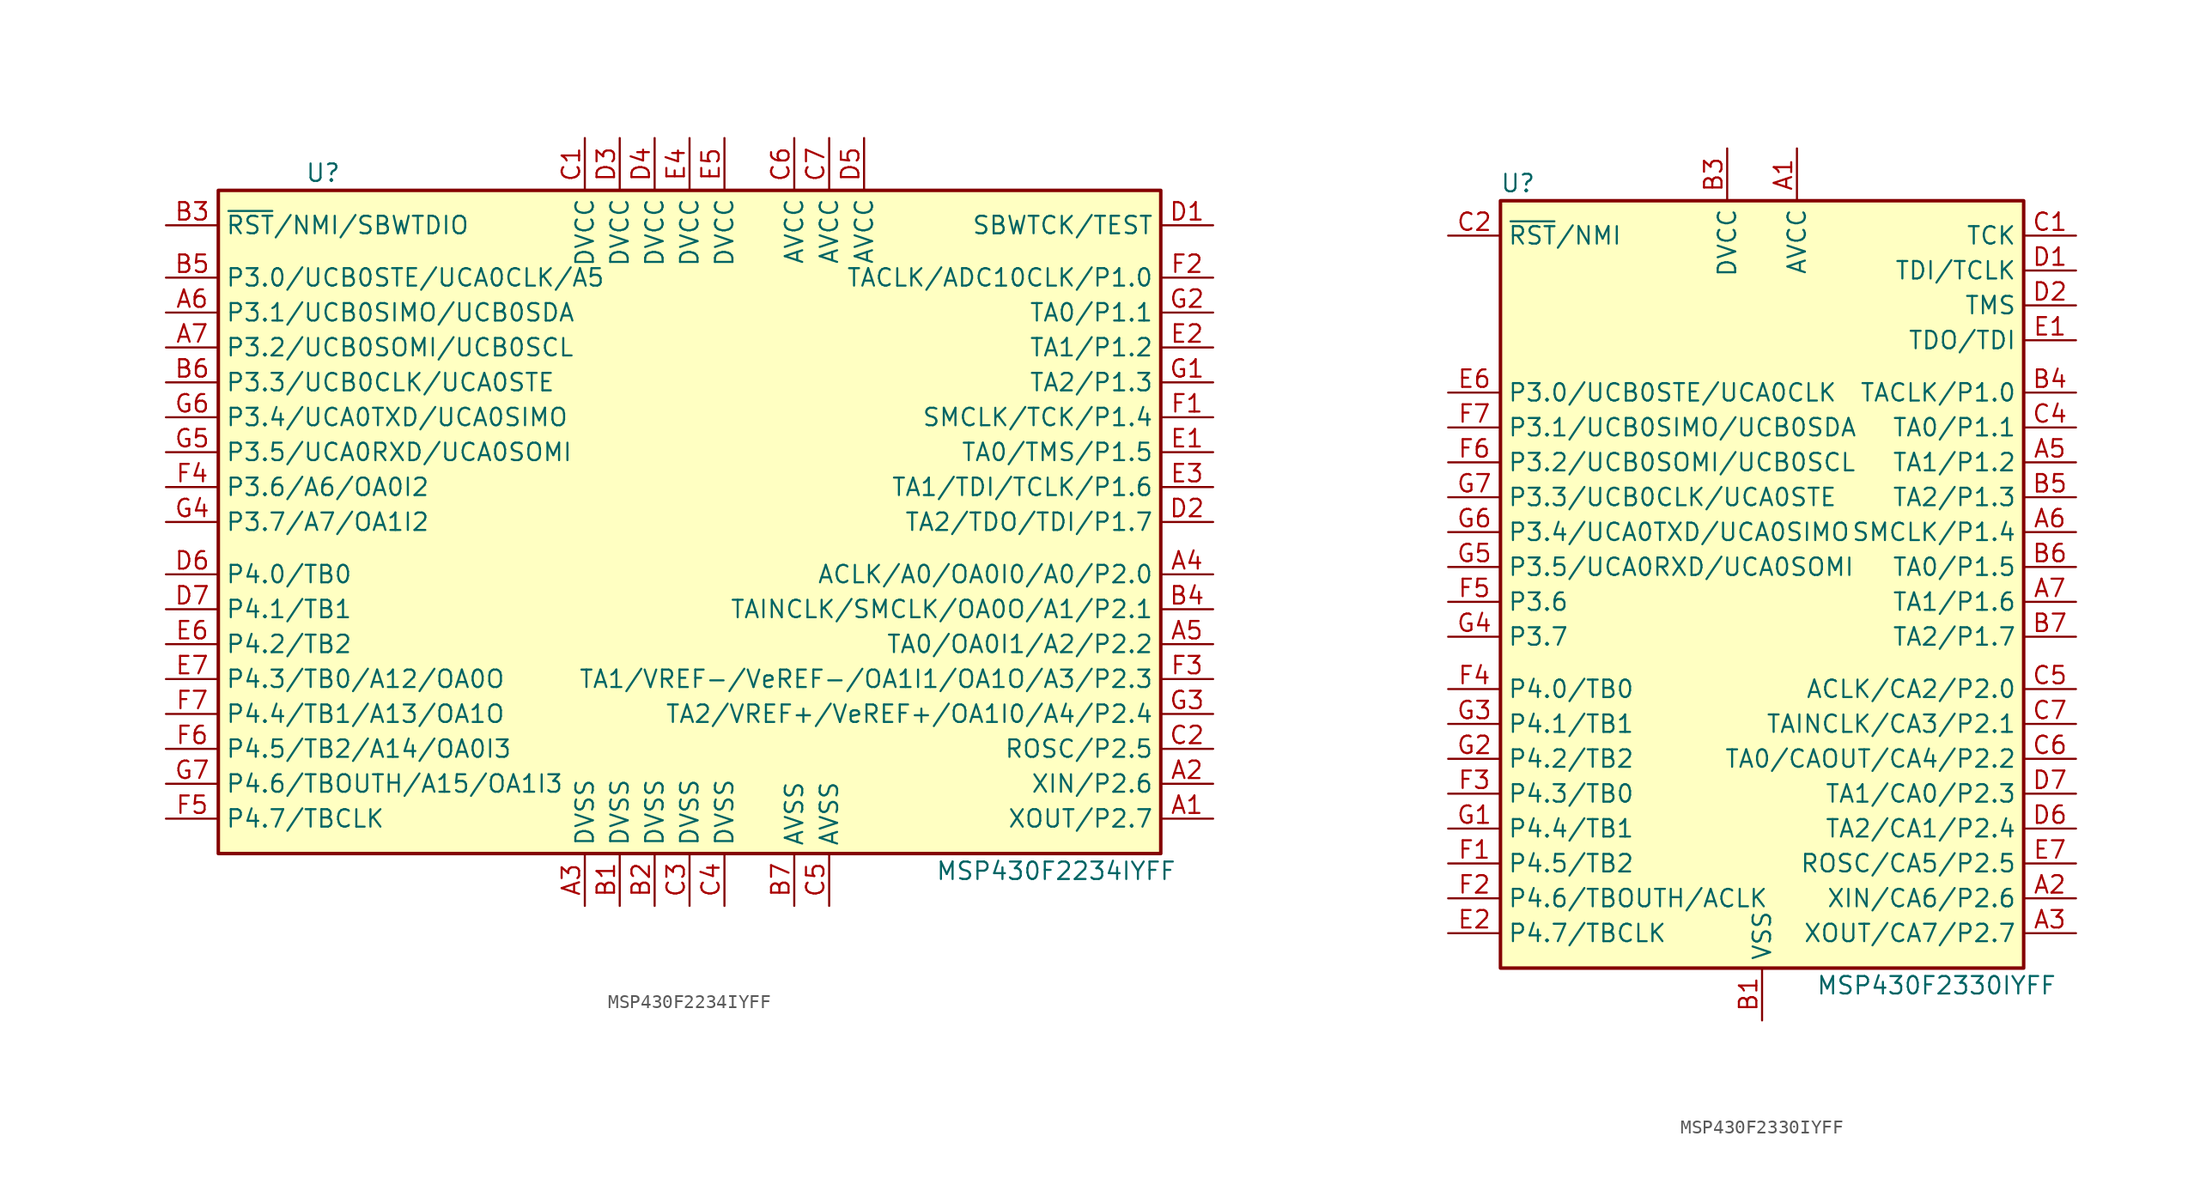
<source format=kicad_sym>
(kicad_symbol_lib
  (version 20241209)
  (generator "kicad_symbol_editor")
  (generator_version "9.0")
  (symbol "MSP430F2234IYFF"
    (property "Reference" "U"
      (at -26.67 25.4 0)
      (effects (font (size 1.27 1.27))))
    (property "Value" "MSP430F2234IYFF"
      (at 26.67 -25.4 0)
      (effects (font (size 1.27 1.27))))
    (symbol "MSP430F2234IYFF_0_1"
      (rectangle (start -34.29 24.13) (end 34.29 -24.13) (stroke (width 0.254) (type default)) (fill (type background))))
    (symbol "MSP430F2234IYFF_1_1"
      (pin input line (at -38.1 21.59 0) (length 3.81) (name "~{RST}/NMI/SBWTDIO" (effects (font (size 1.27 1.27)))) (number "B3" (effects (font (size 1.27 1.27)))))
      (pin bidirectional line (at -38.1 17.78 0) (length 3.81) (name "P3.0/UCB0STE/UCA0CLK/A5" (effects (font (size 1.27 1.27)))) (number "B5" (effects (font (size 1.27 1.27)))))
      (pin bidirectional line (at -38.1 15.24 0) (length 3.81) (name "P3.1/UCB0SIMO/UCB0SDA" (effects (font (size 1.27 1.27)))) (number "A6" (effects (font (size 1.27 1.27)))))
      (pin bidirectional line (at -38.1 12.7 0) (length 3.81) (name "P3.2/UCB0SOMI/UCB0SCL" (effects (font (size 1.27 1.27)))) (number "A7" (effects (font (size 1.27 1.27)))))
      (pin bidirectional line (at -38.1 10.16 0) (length 3.81) (name "P3.3/UCB0CLK/UCA0STE" (effects (font (size 1.27 1.27)))) (number "B6" (effects (font (size 1.27 1.27)))))
      (pin bidirectional line (at -38.1 7.62 0) (length 3.81) (name "P3.4/UCA0TXD/UCA0SIMO" (effects (font (size 1.27 1.27)))) (number "G6" (effects (font (size 1.27 1.27)))))
      (pin bidirectional line (at -38.1 5.08 0) (length 3.81) (name "P3.5/UCA0RXD/UCA0SOMI" (effects (font (size 1.27 1.27)))) (number "G5" (effects (font (size 1.27 1.27)))))
      (pin bidirectional line (at -38.1 2.54 0) (length 3.81) (name "P3.6/A6/OA0I2" (effects (font (size 1.27 1.27)))) (number "F4" (effects (font (size 1.27 1.27)))))
      (pin bidirectional line (at -38.1 0 0) (length 3.81) (name "P3.7/A7/OA1I2" (effects (font (size 1.27 1.27)))) (number "G4" (effects (font (size 1.27 1.27)))))
      (pin bidirectional line (at -38.1 -3.81 0) (length 3.81) (name "P4.0/TB0" (effects (font (size 1.27 1.27)))) (number "D6" (effects (font (size 1.27 1.27)))))
      (pin bidirectional line (at -38.1 -6.35 0) (length 3.81) (name "P4.1/TB1" (effects (font (size 1.27 1.27)))) (number "D7" (effects (font (size 1.27 1.27)))))
      (pin bidirectional line (at -38.1 -8.89 0) (length 3.81) (name "P4.2/TB2" (effects (font (size 1.27 1.27)))) (number "E6" (effects (font (size 1.27 1.27)))))
      (pin bidirectional line (at -38.1 -11.43 0) (length 3.81) (name "P4.3/TB0/A12/OA0O" (effects (font (size 1.27 1.27)))) (number "E7" (effects (font (size 1.27 1.27)))))
      (pin bidirectional line (at -38.1 -13.97 0) (length 3.81) (name "P4.4/TB1/A13/OA1O" (effects (font (size 1.27 1.27)))) (number "F7" (effects (font (size 1.27 1.27)))))
      (pin bidirectional line (at -38.1 -16.51 0) (length 3.81) (name "P4.5/TB2/A14/OA0I3" (effects (font (size 1.27 1.27)))) (number "F6" (effects (font (size 1.27 1.27)))))
      (pin bidirectional line (at -38.1 -19.05 0) (length 3.81) (name "P4.6/TBOUTH/A15/OA1I3" (effects (font (size 1.27 1.27)))) (number "G7" (effects (font (size 1.27 1.27)))))
      (pin bidirectional line (at -38.1 -21.59 0) (length 3.81) (name "P4.7/TBCLK" (effects (font (size 1.27 1.27)))) (number "F5" (effects (font (size 1.27 1.27)))))
      (pin power_in line (at -7.62 27.94 270) (length 3.81) (name "DVCC" (effects (font (size 1.27 1.27)))) (number "C1" (effects (font (size 1.27 1.27)))))
      (pin power_in line (at -7.62 -27.94 90) (length 3.81) (name "DVSS" (effects (font (size 1.27 1.27)))) (number "A3" (effects (font (size 1.27 1.27)))))
      (pin power_in line (at -5.08 27.94 270) (length 3.81) (name "DVCC" (effects (font (size 1.27 1.27)))) (number "D3" (effects (font (size 1.27 1.27)))))
      (pin power_in line (at -5.08 -27.94 90) (length 3.81) (name "DVSS" (effects (font (size 1.27 1.27)))) (number "B1" (effects (font (size 1.27 1.27)))))
      (pin power_in line (at -2.54 27.94 270) (length 3.81) (name "DVCC" (effects (font (size 1.27 1.27)))) (number "D4" (effects (font (size 1.27 1.27)))))
      (pin power_in line (at -2.54 -27.94 90) (length 3.81) (name "DVSS" (effects (font (size 1.27 1.27)))) (number "B2" (effects (font (size 1.27 1.27)))))
      (pin power_in line (at 0 27.94 270) (length 3.81) (name "DVCC" (effects (font (size 1.27 1.27)))) (number "E4" (effects (font (size 1.27 1.27)))))
      (pin power_in line (at 0 -27.94 90) (length 3.81) (name "DVSS" (effects (font (size 1.27 1.27)))) (number "C3" (effects (font (size 1.27 1.27)))))
      (pin power_in line (at 2.54 27.94 270) (length 3.81) (name "DVCC" (effects (font (size 1.27 1.27)))) (number "E5" (effects (font (size 1.27 1.27)))))
      (pin power_in line (at 2.54 -27.94 90) (length 3.81) (name "DVSS" (effects (font (size 1.27 1.27)))) (number "C4" (effects (font (size 1.27 1.27)))))
      (pin power_in line (at 7.62 27.94 270) (length 3.81) (name "AVCC" (effects (font (size 1.27 1.27)))) (number "C6" (effects (font (size 1.27 1.27)))))
      (pin power_in line (at 7.62 -27.94 90) (length 3.81) (name "AVSS" (effects (font (size 1.27 1.27)))) (number "B7" (effects (font (size 1.27 1.27)))))
      (pin power_in line (at 10.16 27.94 270) (length 3.81) (name "AVCC" (effects (font (size 1.27 1.27)))) (number "C7" (effects (font (size 1.27 1.27)))))
      (pin power_in line (at 10.16 -27.94 90) (length 3.81) (name "AVSS" (effects (font (size 1.27 1.27)))) (number "C5" (effects (font (size 1.27 1.27)))))
      (pin power_in line (at 12.7 27.94 270) (length 3.81) (name "AVCC" (effects (font (size 1.27 1.27)))) (number "D5" (effects (font (size 1.27 1.27)))))
      (pin input line (at 38.1 21.59 180) (length 3.81) (name "SBWTCK/TEST" (effects (font (size 1.27 1.27)))) (number "D1" (effects (font (size 1.27 1.27)))))
      (pin bidirectional line (at 38.1 17.78 180) (length 3.81) (name "TACLK/ADC10CLK/P1.0" (effects (font (size 1.27 1.27)))) (number "F2" (effects (font (size 1.27 1.27)))))
      (pin bidirectional line (at 38.1 15.24 180) (length 3.81) (name "TA0/P1.1" (effects (font (size 1.27 1.27)))) (number "G2" (effects (font (size 1.27 1.27)))))
      (pin bidirectional line (at 38.1 12.7 180) (length 3.81) (name "TA1/P1.2" (effects (font (size 1.27 1.27)))) (number "E2" (effects (font (size 1.27 1.27)))))
      (pin bidirectional line (at 38.1 10.16 180) (length 3.81) (name "TA2/P1.3" (effects (font (size 1.27 1.27)))) (number "G1" (effects (font (size 1.27 1.27)))))
      (pin bidirectional line (at 38.1 7.62 180) (length 3.81) (name "SMCLK/TCK/P1.4" (effects (font (size 1.27 1.27)))) (number "F1" (effects (font (size 1.27 1.27)))))
      (pin bidirectional line (at 38.1 5.08 180) (length 3.81) (name "TA0/TMS/P1.5" (effects (font (size 1.27 1.27)))) (number "E1" (effects (font (size 1.27 1.27)))))
      (pin bidirectional line (at 38.1 2.54 180) (length 3.81) (name "TA1/TDI/TCLK/P1.6" (effects (font (size 1.27 1.27)))) (number "E3" (effects (font (size 1.27 1.27)))))
      (pin bidirectional line (at 38.1 0 180) (length 3.81) (name "TA2/TDO/TDI/P1.7" (effects (font (size 1.27 1.27)))) (number "D2" (effects (font (size 1.27 1.27)))))
      (pin bidirectional line (at 38.1 -3.81 180) (length 3.81) (name "ACLK/A0/OA0I0/A0/P2.0" (effects (font (size 1.27 1.27)))) (number "A4" (effects (font (size 1.27 1.27)))))
      (pin bidirectional line (at 38.1 -6.35 180) (length 3.81) (name "TAINCLK/SMCLK/OA0O/A1/P2.1" (effects (font (size 1.27 1.27)))) (number "B4" (effects (font (size 1.27 1.27)))))
      (pin bidirectional line (at 38.1 -8.89 180) (length 3.81) (name "TA0/OA0I1/A2/P2.2" (effects (font (size 1.27 1.27)))) (number "A5" (effects (font (size 1.27 1.27)))))
      (pin bidirectional line (at 38.1 -11.43 180) (length 3.81) (name "TA1/VREF-/VeREF-/OA1I1/OA1O/A3/P2.3" (effects (font (size 1.27 1.27)))) (number "F3" (effects (font (size 1.27 1.27)))))
      (pin bidirectional line (at 38.1 -13.97 180) (length 3.81) (name "TA2/VREF+/VeREF+/OA1I0/A4/P2.4" (effects (font (size 1.27 1.27)))) (number "G3" (effects (font (size 1.27 1.27)))))
      (pin bidirectional line (at 38.1 -16.51 180) (length 3.81) (name "ROSC/P2.5" (effects (font (size 1.27 1.27)))) (number "C2" (effects (font (size 1.27 1.27)))))
      (pin bidirectional line (at 38.1 -19.05 180) (length 3.81) (name "XIN/P2.6" (effects (font (size 1.27 1.27)))) (number "A2" (effects (font (size 1.27 1.27)))))
      (pin bidirectional line (at 38.1 -21.59 180) (length 3.81) (name "XOUT/P2.7" (effects (font (size 1.27 1.27)))) (number "A1" (effects (font (size 1.27 1.27)))))))
  (symbol "MSP430F2330IYFF"
    (property "Reference" "U"
      (at -17.78 29.21 0)
      (effects (font (size 1.27 1.27))))
    (property "Value" "MSP430F2330IYFF"
      (at 12.7 -29.21 0)
      (effects (font (size 1.27 1.27))))
    (symbol "MSP430F2330IYFF_0_1"
      (rectangle (start -19.05 27.94) (end 19.05 -27.94) (stroke (width 0.254) (type default)) (fill (type background))))
    (symbol "MSP430F2330IYFF_1_1"
      (pin input line (at -22.86 25.4 0) (length 3.81) (name "~{RST}/NMI" (effects (font (size 1.27 1.27)))) (number "C2" (effects (font (size 1.27 1.27)))))
      (pin bidirectional line (at -22.86 13.97 0) (length 3.81) (name "P3.0/UCB0STE/UCA0CLK" (effects (font (size 1.27 1.27)))) (number "E6" (effects (font (size 1.27 1.27)))))
      (pin bidirectional line (at -22.86 11.43 0) (length 3.81) (name "P3.1/UCB0SIMO/UCB0SDA" (effects (font (size 1.27 1.27)))) (number "F7" (effects (font (size 1.27 1.27)))))
      (pin bidirectional line (at -22.86 8.89 0) (length 3.81) (name "P3.2/UCB0SOMI/UCB0SCL" (effects (font (size 1.27 1.27)))) (number "F6" (effects (font (size 1.27 1.27)))))
      (pin bidirectional line (at -22.86 6.35 0) (length 3.81) (name "P3.3/UCB0CLK/UCA0STE" (effects (font (size 1.27 1.27)))) (number "G7" (effects (font (size 1.27 1.27)))))
      (pin bidirectional line (at -22.86 3.81 0) (length 3.81) (name "P3.4/UCA0TXD/UCA0SIMO" (effects (font (size 1.27 1.27)))) (number "G6" (effects (font (size 1.27 1.27)))))
      (pin bidirectional line (at -22.86 1.27 0) (length 3.81) (name "P3.5/UCA0RXD/UCA0SOMI" (effects (font (size 1.27 1.27)))) (number "G5" (effects (font (size 1.27 1.27)))))
      (pin bidirectional line (at -22.86 -1.27 0) (length 3.81) (name "P3.6" (effects (font (size 1.27 1.27)))) (number "F5" (effects (font (size 1.27 1.27)))))
      (pin bidirectional line (at -22.86 -3.81 0) (length 3.81) (name "P3.7" (effects (font (size 1.27 1.27)))) (number "G4" (effects (font (size 1.27 1.27)))))
      (pin bidirectional line (at -22.86 -7.62 0) (length 3.81) (name "P4.0/TB0" (effects (font (size 1.27 1.27)))) (number "F4" (effects (font (size 1.27 1.27)))))
      (pin bidirectional line (at -22.86 -10.16 0) (length 3.81) (name "P4.1/TB1" (effects (font (size 1.27 1.27)))) (number "G3" (effects (font (size 1.27 1.27)))))
      (pin bidirectional line (at -22.86 -12.7 0) (length 3.81) (name "P4.2/TB2" (effects (font (size 1.27 1.27)))) (number "G2" (effects (font (size 1.27 1.27)))))
      (pin bidirectional line (at -22.86 -15.24 0) (length 3.81) (name "P4.3/TB0" (effects (font (size 1.27 1.27)))) (number "F3" (effects (font (size 1.27 1.27)))))
      (pin bidirectional line (at -22.86 -17.78 0) (length 3.81) (name "P4.4/TB1" (effects (font (size 1.27 1.27)))) (number "G1" (effects (font (size 1.27 1.27)))))
      (pin bidirectional line (at -22.86 -20.32 0) (length 3.81) (name "P4.5/TB2" (effects (font (size 1.27 1.27)))) (number "F1" (effects (font (size 1.27 1.27)))))
      (pin bidirectional line (at -22.86 -22.86 0) (length 3.81) (name "P4.6/TBOUTH/ACLK" (effects (font (size 1.27 1.27)))) (number "F2" (effects (font (size 1.27 1.27)))))
      (pin bidirectional line (at -22.86 -25.4 0) (length 3.81) (name "P4.7/TBCLK" (effects (font (size 1.27 1.27)))) (number "E2" (effects (font (size 1.27 1.27)))))
      (pin power_in line (at -2.54 31.75 270) (length 3.81) (name "DVCC" (effects (font (size 1.27 1.27)))) (number "B3" (effects (font (size 1.27 1.27)))))
      (pin power_in line (at 0 -31.75 90) (length 3.81) (name "VSS" (effects (font (size 1.27 1.27)))) (number "B1" (effects (font (size 1.27 1.27)))))
      (pin power_in line (at 2.54 31.75 270) (length 3.81) (name "AVCC" (effects (font (size 1.27 1.27)))) (number "A1" (effects (font (size 1.27 1.27)))))
      (pin input line (at 22.86 25.4 180) (length 3.81) (name "TCK" (effects (font (size 1.27 1.27)))) (number "C1" (effects (font (size 1.27 1.27)))))
      (pin input line (at 22.86 22.86 180) (length 3.81) (name "TDI/TCLK" (effects (font (size 1.27 1.27)))) (number "D1" (effects (font (size 1.27 1.27)))))
      (pin input line (at 22.86 20.32 180) (length 3.81) (name "TMS" (effects (font (size 1.27 1.27)))) (number "D2" (effects (font (size 1.27 1.27)))))
      (pin bidirectional line (at 22.86 17.78 180) (length 3.81) (name "TDO/TDI" (effects (font (size 1.27 1.27)))) (number "E1" (effects (font (size 1.27 1.27)))))
      (pin bidirectional line (at 22.86 13.97 180) (length 3.81) (name "TACLK/P1.0" (effects (font (size 1.27 1.27)))) (number "B4" (effects (font (size 1.27 1.27)))))
      (pin bidirectional line (at 22.86 11.43 180) (length 3.81) (name "TA0/P1.1" (effects (font (size 1.27 1.27)))) (number "C4" (effects (font (size 1.27 1.27)))))
      (pin bidirectional line (at 22.86 8.89 180) (length 3.81) (name "TA1/P1.2" (effects (font (size 1.27 1.27)))) (number "A5" (effects (font (size 1.27 1.27)))))
      (pin bidirectional line (at 22.86 6.35 180) (length 3.81) (name "TA2/P1.3" (effects (font (size 1.27 1.27)))) (number "B5" (effects (font (size 1.27 1.27)))))
      (pin bidirectional line (at 22.86 3.81 180) (length 3.81) (name "SMCLK/P1.4" (effects (font (size 1.27 1.27)))) (number "A6" (effects (font (size 1.27 1.27)))))
      (pin bidirectional line (at 22.86 1.27 180) (length 3.81) (name "TA0/P1.5" (effects (font (size 1.27 1.27)))) (number "B6" (effects (font (size 1.27 1.27)))))
      (pin bidirectional line (at 22.86 -1.27 180) (length 3.81) (name "TA1/P1.6" (effects (font (size 1.27 1.27)))) (number "A7" (effects (font (size 1.27 1.27)))))
      (pin bidirectional line (at 22.86 -3.81 180) (length 3.81) (name "TA2/P1.7" (effects (font (size 1.27 1.27)))) (number "B7" (effects (font (size 1.27 1.27)))))
      (pin bidirectional line (at 22.86 -7.62 180) (length 3.81) (name "ACLK/CA2/P2.0" (effects (font (size 1.27 1.27)))) (number "C5" (effects (font (size 1.27 1.27)))))
      (pin bidirectional line (at 22.86 -10.16 180) (length 3.81) (name "TAINCLK/CA3/P2.1" (effects (font (size 1.27 1.27)))) (number "C7" (effects (font (size 1.27 1.27)))))
      (pin bidirectional line (at 22.86 -12.7 180) (length 3.81) (name "TA0/CAOUT/CA4/P2.2" (effects (font (size 1.27 1.27)))) (number "C6" (effects (font (size 1.27 1.27)))))
      (pin bidirectional line (at 22.86 -15.24 180) (length 3.81) (name "TA1/CA0/P2.3" (effects (font (size 1.27 1.27)))) (number "D7" (effects (font (size 1.27 1.27)))))
      (pin bidirectional line (at 22.86 -17.78 180) (length 3.81) (name "TA2/CA1/P2.4" (effects (font (size 1.27 1.27)))) (number "D6" (effects (font (size 1.27 1.27)))))
      (pin bidirectional line (at 22.86 -20.32 180) (length 3.81) (name "ROSC/CA5/P2.5" (effects (font (size 1.27 1.27)))) (number "E7" (effects (font (size 1.27 1.27)))))
      (pin bidirectional line (at 22.86 -22.86 180) (length 3.81) (name "XIN/CA6/P2.6" (effects (font (size 1.27 1.27)))) (number "A2" (effects (font (size 1.27 1.27)))))
      (pin bidirectional line (at 22.86 -25.4 180) (length 3.81) (name "XOUT/CA7/P2.7" (effects (font (size 1.27 1.27)))) (number "A3" (effects (font (size 1.27 1.27))))))))
</source>
